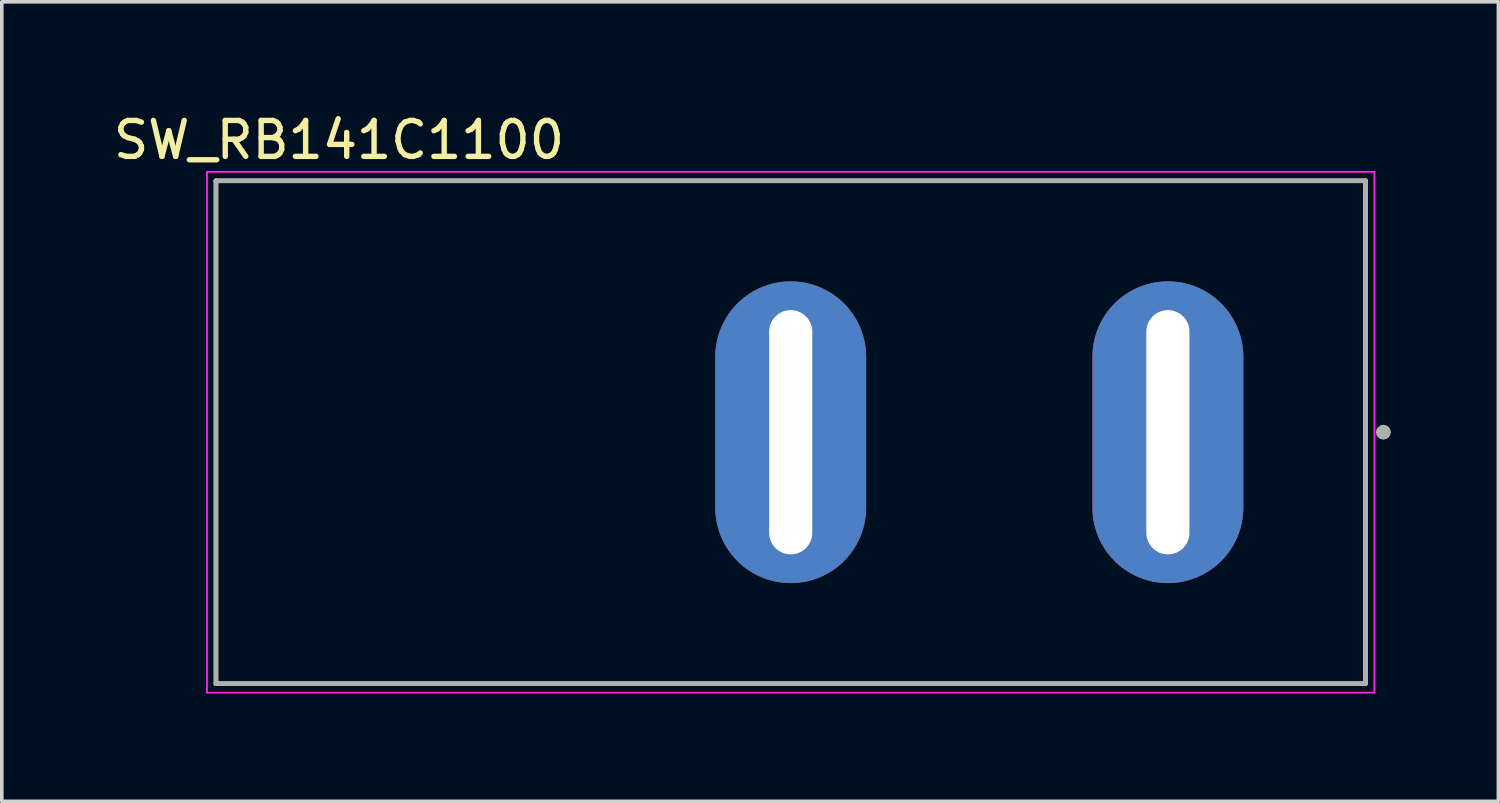
<source format=kicad_pcb>
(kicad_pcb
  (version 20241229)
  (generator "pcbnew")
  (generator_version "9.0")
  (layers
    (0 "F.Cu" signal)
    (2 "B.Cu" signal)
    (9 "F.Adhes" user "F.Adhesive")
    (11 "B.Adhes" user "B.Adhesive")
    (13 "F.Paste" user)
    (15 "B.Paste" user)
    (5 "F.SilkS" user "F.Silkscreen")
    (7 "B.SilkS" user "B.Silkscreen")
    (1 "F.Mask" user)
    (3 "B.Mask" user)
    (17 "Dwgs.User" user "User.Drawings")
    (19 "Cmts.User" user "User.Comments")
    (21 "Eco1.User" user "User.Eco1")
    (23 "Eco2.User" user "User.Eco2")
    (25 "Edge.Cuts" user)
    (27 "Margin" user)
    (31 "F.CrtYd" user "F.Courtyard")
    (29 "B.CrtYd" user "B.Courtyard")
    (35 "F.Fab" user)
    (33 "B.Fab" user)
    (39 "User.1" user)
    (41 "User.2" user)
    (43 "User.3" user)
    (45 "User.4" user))
  (footprint "SW_RB141C1100"
    (layer "F.Cu")
    (at 18.962 8.983)
    (property "Reference" "SW_RB141C1100" (at -12.575 -8.135 0) (layer "F.SilkS") (effects (font (size 1 1) (thickness 0.15))))
    (attr through_hole)
    (fp_line (start -16 -7) (end -16 7) (stroke (width 0.127) (type solid)) (layer "F.SilkS"))
    (fp_line (start -16 7) (end 16 7) (stroke (width 0.127) (type solid)) (layer "F.SilkS"))
    (fp_line (start 16 -7) (end -16 -7) (stroke (width 0.127) (type solid)) (layer "F.SilkS"))
    (fp_line (start 16 7) (end 16 -7) (stroke (width 0.127) (type solid)) (layer "F.SilkS"))
    (fp_circle (center 16.5 0) (end 16.6 0) (stroke (width 0.2) (type solid)) (fill no) (layer "F.SilkS"))
    (fp_line (start -16.25 -7.25) (end -16.25 7.25) (stroke (width 0.05) (type solid)) (layer "F.CrtYd"))
    (fp_line (start -16.25 7.25) (end 16.25 7.25) (stroke (width 0.05) (type solid)) (layer "F.CrtYd"))
    (fp_line (start 16.25 -7.25) (end -16.25 -7.25) (stroke (width 0.05) (type solid)) (layer "F.CrtYd"))
    (fp_line (start 16.25 7.25) (end 16.25 -7.25) (stroke (width 0.05) (type solid)) (layer "F.CrtYd"))
    (fp_line (start -16 -7) (end -16 7) (stroke (width 0.127) (type solid)) (layer "F.Fab"))
    (fp_line (start -16 7) (end 16 7) (stroke (width 0.127) (type solid)) (layer "F.Fab"))
    (fp_line (start 16 -7) (end -16 -7) (stroke (width 0.127) (type solid)) (layer "F.Fab"))
    (fp_line (start 16 7) (end 16 -7) (stroke (width 0.127) (type solid)) (layer "F.Fab"))
    (fp_circle (center 16.5 0) (end 16.6 0) (stroke (width 0.2) (type solid)) (fill no) (layer "F.Fab"))
    (pad "1" thru_hole oval (at 10.5 0) (size 4.2 8.4) (drill oval 1.2 6.8) (layers "*.Cu" "*.Mask"))
    (pad "2" thru_hole oval (at 0 0) (size 4.2 8.4) (drill oval 1.2 6.8) (layers "*.Cu" "*.Mask")))
  (gr_rect
    (start -3 -3)
    (end 38.662 19.258)
    (stroke (width 0.1) (type default))
    (fill no)
    (layer "Edge.Cuts")))
</source>
